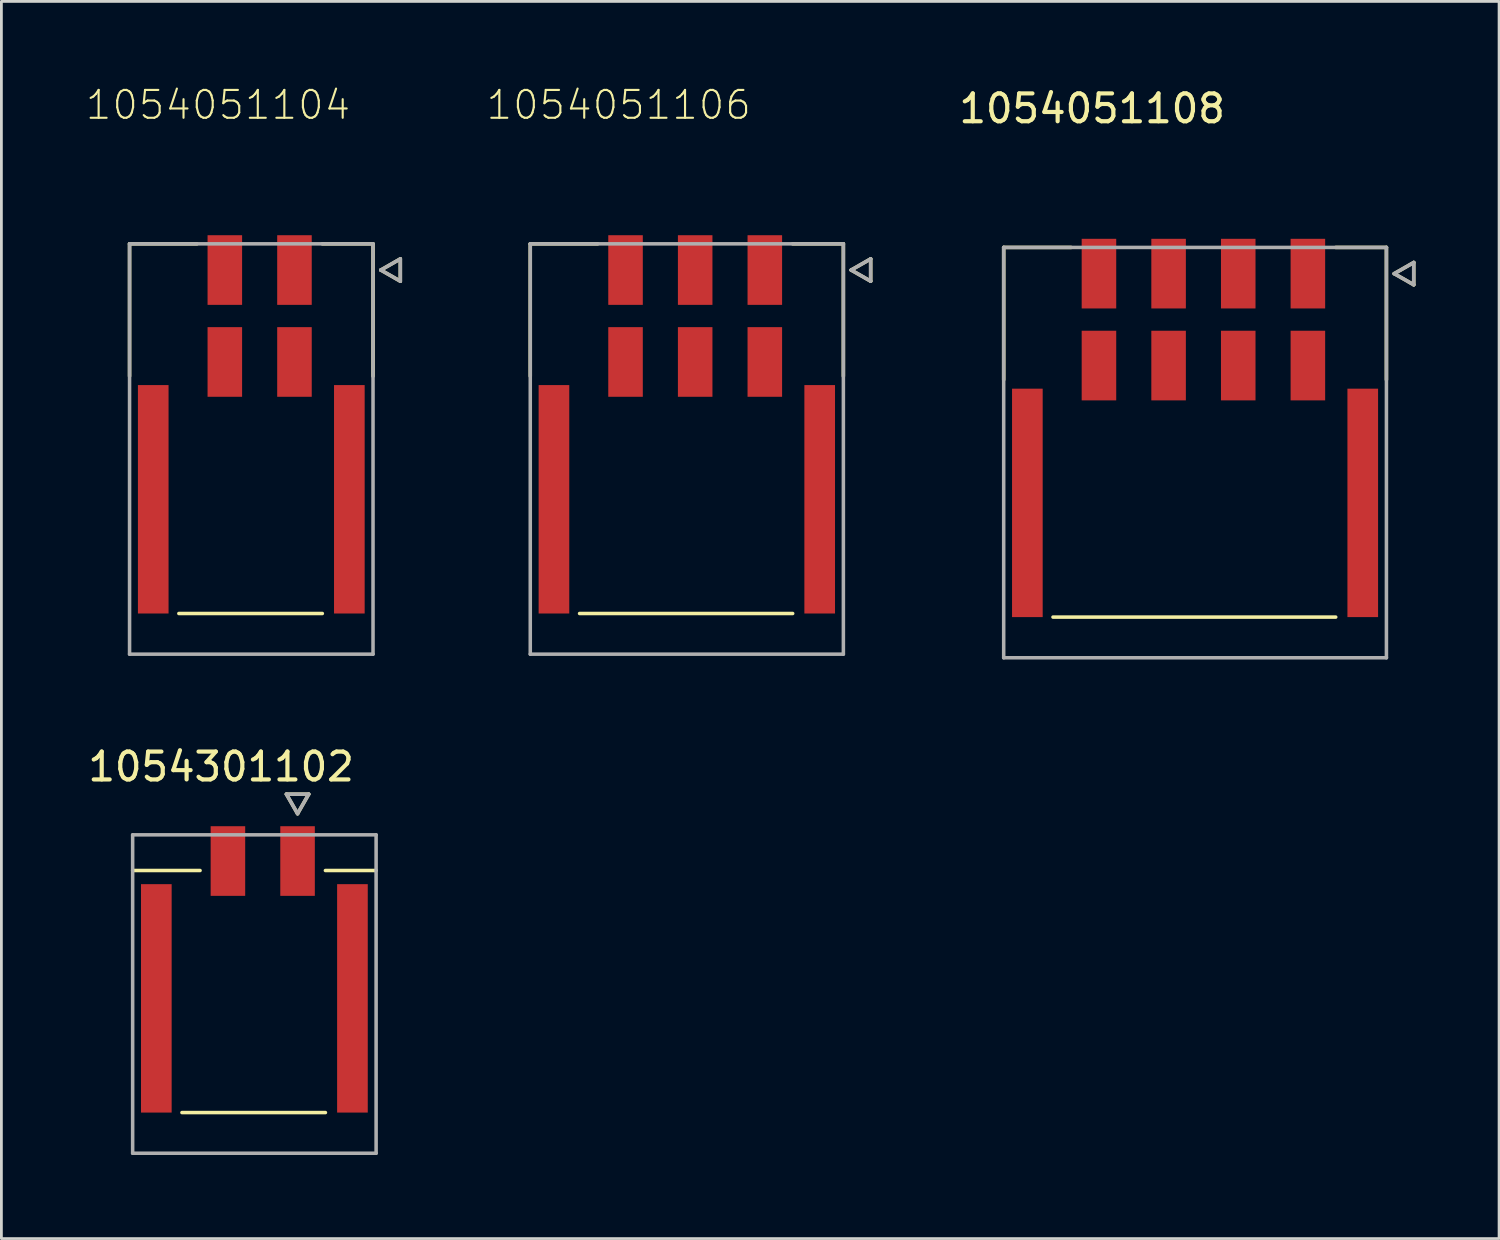
<source format=kicad_pcb>
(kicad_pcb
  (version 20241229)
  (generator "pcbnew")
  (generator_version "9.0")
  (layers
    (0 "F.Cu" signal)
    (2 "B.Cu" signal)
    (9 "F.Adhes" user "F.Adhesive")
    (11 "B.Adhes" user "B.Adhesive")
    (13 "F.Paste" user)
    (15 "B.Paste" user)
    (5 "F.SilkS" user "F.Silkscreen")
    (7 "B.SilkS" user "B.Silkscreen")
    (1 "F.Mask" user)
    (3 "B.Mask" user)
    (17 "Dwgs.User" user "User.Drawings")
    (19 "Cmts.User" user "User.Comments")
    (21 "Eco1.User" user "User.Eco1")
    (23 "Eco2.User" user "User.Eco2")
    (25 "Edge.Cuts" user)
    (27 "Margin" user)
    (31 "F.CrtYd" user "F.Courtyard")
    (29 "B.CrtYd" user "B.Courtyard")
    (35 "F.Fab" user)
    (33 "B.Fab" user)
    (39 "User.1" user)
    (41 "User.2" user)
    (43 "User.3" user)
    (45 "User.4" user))
  (footprint "1054051106"
    (layer "F.Cu")
    (at 21.606 13.069)
    (property "Reference" "1054051106" (at -2.445 -12.35 0) (layer "F.SilkS") (effects (font (size 1 1) (thickness 0.076))))
    (attr smd)
    (fp_poly (pts (xy -5.396 -2.371) (xy -4.144 -2.371) (xy -4.144 5.981) (xy -5.396 5.981)) (stroke (width 0.01) (type solid)) (fill yes) (layer "F.Mask"))
    (fp_poly (pts (xy -2.896 -7.751) (xy -1.504 -7.751) (xy -1.504 -5.099) (xy -2.896 -5.099)) (stroke (width 0.01) (type solid)) (fill yes) (layer "F.Mask"))
    (fp_poly (pts (xy -2.896 -4.451) (xy -1.504 -4.451) (xy -1.504 -1.799) (xy -2.896 -1.799)) (stroke (width 0.01) (type solid)) (fill yes) (layer "F.Mask"))
    (fp_poly (pts (xy -0.396 -7.751) (xy 0.996 -7.751) (xy 0.996 -5.099) (xy -0.396 -5.099)) (stroke (width 0.01) (type solid)) (fill yes) (layer "F.Mask"))
    (fp_poly (pts (xy -0.396 -4.451) (xy 0.996 -4.451) (xy 0.996 -1.799) (xy -0.396 -1.799)) (stroke (width 0.01) (type solid)) (fill yes) (layer "F.Mask"))
    (fp_poly (pts (xy 2.104 -7.751) (xy 3.496 -7.751) (xy 3.496 -5.099) (xy 2.104 -5.099)) (stroke (width 0.01) (type solid)) (fill yes) (layer "F.Mask"))
    (fp_poly (pts (xy 2.104 -4.451) (xy 3.496 -4.451) (xy 3.496 -1.799) (xy 2.104 -1.799)) (stroke (width 0.01) (type solid)) (fill yes) (layer "F.Mask"))
    (fp_poly (pts (xy 4.144 -2.371) (xy 5.396 -2.371) (xy 5.396 5.981) (xy 4.144 5.981)) (stroke (width 0.01) (type solid)) (fill yes) (layer "F.Mask"))
    (fp_line (start -5.62 -7.365) (end -5.62 -2.615) (stroke (width 0.127) (type solid)) (layer "F.SilkS"))
    (fp_line (start -5.62 -7.365) (end -3.2 -7.365) (stroke (width 0.127) (type solid)) (layer "F.SilkS"))
    (fp_line (start 3.8 -7.365) (end 5.62 -7.365) (stroke (width 0.127) (type solid)) (layer "F.SilkS"))
    (fp_line (start 3.8 5.905) (end -3.85 5.905) (stroke (width 0.127) (type solid)) (layer "F.SilkS"))
    (fp_line (start 5.62 -7.365) (end 5.62 -2.615) (stroke (width 0.127) (type solid)) (layer "F.SilkS"))
    (fp_line (start 5.9 -6.425) (end 6.6 -6.025) (stroke (width 0.127) (type solid)) (layer "F.SilkS"))
    (fp_line (start 6.6 -6.825) (end 5.9 -6.425) (stroke (width 0.127) (type solid)) (layer "F.SilkS"))
    (fp_line (start 6.6 -6.025) (end 6.6 -6.825) (stroke (width 0.127) (type solid)) (layer "F.SilkS"))
    (fp_line (start -5.62 -7.365) (end 5.62 -7.365) (stroke (width 0.127) (type solid)) (layer "F.Fab"))
    (fp_line (start -5.62 7.365) (end -5.62 -7.365) (stroke (width 0.127) (type solid)) (layer "F.Fab"))
    (fp_line (start 5.62 -7.365) (end 5.62 7.365) (stroke (width 0.127) (type solid)) (layer "F.Fab"))
    (fp_line (start 5.62 7.365) (end -5.62 7.365) (stroke (width 0.127) (type solid)) (layer "F.Fab"))
    (fp_line (start 5.9 -6.425) (end 6.6 -6.025) (stroke (width 0.127) (type solid)) (layer "F.Fab"))
    (fp_line (start 6.6 -6.825) (end 5.9 -6.425) (stroke (width 0.127) (type solid)) (layer "F.Fab"))
    (fp_line (start 6.6 -6.025) (end 6.6 -6.825) (stroke (width 0.127) (type solid)) (layer "F.Fab"))
    (pad "1" smd rect (at 2.8 -6.425) (size 1.24 2.5) (layers "F.Cu" "F.Paste"))
    (pad "2" smd rect (at 0.3 -6.425) (size 1.24 2.5) (layers "F.Cu" "F.Paste"))
    (pad "3" smd rect (at -2.2 -6.425) (size 1.24 2.5) (layers "F.Cu" "F.Paste"))
    (pad "4" smd rect (at 2.8 -3.125) (size 1.24 2.5) (layers "F.Cu" "F.Paste"))
    (pad "5" smd rect (at 0.3 -3.125) (size 1.24 2.5) (layers "F.Cu" "F.Paste"))
    (pad "6" smd rect (at -2.2 -3.125) (size 1.24 2.5) (layers "F.Cu" "F.Paste"))
    (pad "S1" smd rect (at -4.77 1.805) (size 1.1 8.2) (layers "F.Cu" "F.Paste"))
    (pad "S2" smd rect (at 4.77 1.805) (size 1.1 8.2) (layers "F.Cu" "F.Paste")))
  (footprint "1054051104"
    (layer "F.Cu")
    (at 5.971 13.069)
    (property "Reference" "1054051104" (at -1.195 -12.35 0) (layer "F.SilkS") (effects (font (size 1 1) (thickness 0.076))))
    (attr smd)
    (fp_poly (pts (xy -4.146 -2.371) (xy -2.894 -2.371) (xy -2.894 5.981) (xy -4.146 5.981)) (stroke (width 0.01) (type solid)) (fill yes) (layer "F.Mask"))
    (fp_poly (pts (xy -1.646 -7.751) (xy -0.254 -7.751) (xy -0.254 -5.099) (xy -1.646 -5.099)) (stroke (width 0.01) (type solid)) (fill yes) (layer "F.Mask"))
    (fp_poly (pts (xy -1.646 -4.451) (xy -0.254 -4.451) (xy -0.254 -1.799) (xy -1.646 -1.799)) (stroke (width 0.01) (type solid)) (fill yes) (layer "F.Mask"))
    (fp_poly (pts (xy 0.854 -7.751) (xy 2.246 -7.751) (xy 2.246 -5.099) (xy 0.854 -5.099)) (stroke (width 0.01) (type solid)) (fill yes) (layer "F.Mask"))
    (fp_poly (pts (xy 0.854 -4.451) (xy 2.246 -4.451) (xy 2.246 -1.799) (xy 0.854 -1.799)) (stroke (width 0.01) (type solid)) (fill yes) (layer "F.Mask"))
    (fp_poly (pts (xy 2.894 -2.371) (xy 4.146 -2.371) (xy 4.146 5.981) (xy 2.894 5.981)) (stroke (width 0.01) (type solid)) (fill yes) (layer "F.Mask"))
    (fp_line (start -4.37 -7.365) (end -4.37 -2.615) (stroke (width 0.127) (type solid)) (layer "F.SilkS"))
    (fp_line (start -4.37 -7.365) (end -1.95 -7.365) (stroke (width 0.127) (type solid)) (layer "F.SilkS"))
    (fp_line (start 2.55 -7.365) (end 4.37 -7.365) (stroke (width 0.127) (type solid)) (layer "F.SilkS"))
    (fp_line (start 2.55 5.905) (end -2.6 5.905) (stroke (width 0.127) (type solid)) (layer "F.SilkS"))
    (fp_line (start 4.37 -7.365) (end 4.37 -2.615) (stroke (width 0.127) (type solid)) (layer "F.SilkS"))
    (fp_line (start 4.65 -6.425) (end 5.35 -6.025) (stroke (width 0.127) (type solid)) (layer "F.SilkS"))
    (fp_line (start 5.35 -6.825) (end 4.65 -6.425) (stroke (width 0.127) (type solid)) (layer "F.SilkS"))
    (fp_line (start 5.35 -6.025) (end 5.35 -6.825) (stroke (width 0.127) (type solid)) (layer "F.SilkS"))
    (fp_line (start -4.37 -7.365) (end 4.37 -7.365) (stroke (width 0.127) (type solid)) (layer "F.Fab"))
    (fp_line (start -4.37 7.365) (end -4.37 -7.365) (stroke (width 0.127) (type solid)) (layer "F.Fab"))
    (fp_line (start 4.37 -7.365) (end 4.37 7.365) (stroke (width 0.127) (type solid)) (layer "F.Fab"))
    (fp_line (start 4.37 7.365) (end -4.37 7.365) (stroke (width 0.127) (type solid)) (layer "F.Fab"))
    (fp_line (start 4.65 -6.425) (end 5.35 -6.025) (stroke (width 0.127) (type solid)) (layer "F.Fab"))
    (fp_line (start 5.35 -6.825) (end 4.65 -6.425) (stroke (width 0.127) (type solid)) (layer "F.Fab"))
    (fp_line (start 5.35 -6.025) (end 5.35 -6.825) (stroke (width 0.127) (type solid)) (layer "F.Fab"))
    (pad "1" smd rect (at 1.55 -6.425) (size 1.24 2.5) (layers "F.Cu" "F.Paste"))
    (pad "2" smd rect (at -0.95 -6.425) (size 1.24 2.5) (layers "F.Cu" "F.Paste"))
    (pad "3" smd rect (at 1.55 -3.125) (size 1.24 2.5) (layers "F.Cu" "F.Paste"))
    (pad "4" smd rect (at -0.95 -3.125) (size 1.24 2.5) (layers "F.Cu" "F.Paste"))
    (pad "S1" smd rect (at -3.52 1.805) (size 1.1 8.2) (layers "F.Cu" "F.Paste"))
    (pad "S2" smd rect (at 3.52 1.805) (size 1.1 8.2) (layers "F.Cu" "F.Paste")))
  (footprint "1054301102"
    (layer "F.Cu")
    (at 6.082 32.635)
    (property "Reference" "1054301102" (at -1.195 -8.16 0) (layer "F.SilkS") (effects (font (size 1 1) (thickness 0.15))))
    (attr smd)
    (fp_poly (pts (xy -4.146 -4.021) (xy -2.894 -4.021) (xy -2.894 4.331) (xy -4.146 4.331)) (stroke (width 0.01) (type solid)) (fill yes) (layer "F.Mask"))
    (fp_poly (pts (xy -1.646 -6.101) (xy -0.254 -6.101) (xy -0.254 -3.449) (xy -1.646 -3.449)) (stroke (width 0.01) (type solid)) (fill yes) (layer "F.Mask"))
    (fp_poly (pts (xy 0.854 -6.101) (xy 2.246 -6.101) (xy 2.246 -3.449) (xy 0.854 -3.449)) (stroke (width 0.01) (type solid)) (fill yes) (layer "F.Mask"))
    (fp_poly (pts (xy 2.894 -4.021) (xy 4.146 -4.021) (xy 4.146 4.331) (xy 2.894 4.331)) (stroke (width 0.01) (type solid)) (fill yes) (layer "F.Mask"))
    (fp_line (start -4.37 -4.435) (end -1.95 -4.435) (stroke (width 0.127) (type solid)) (layer "F.SilkS"))
    (fp_line (start 1.15 -7.175) (end 1.55 -6.475) (stroke (width 0.127) (type solid)) (layer "F.SilkS"))
    (fp_line (start 1.55 -6.475) (end 1.95 -7.175) (stroke (width 0.127) (type solid)) (layer "F.SilkS"))
    (fp_line (start 1.95 -7.175) (end 1.15 -7.175) (stroke (width 0.127) (type solid)) (layer "F.SilkS"))
    (fp_line (start 2.55 -4.435) (end 4.37 -4.435) (stroke (width 0.127) (type solid)) (layer "F.SilkS"))
    (fp_line (start 2.55 4.255) (end -2.6 4.255) (stroke (width 0.127) (type solid)) (layer "F.SilkS"))
    (fp_line (start -4.37 -5.715) (end 4.37 -5.715) (stroke (width 0.127) (type solid)) (layer "F.Fab"))
    (fp_line (start -4.37 5.715) (end -4.37 -5.715) (stroke (width 0.127) (type solid)) (layer "F.Fab"))
    (fp_line (start 1.15 -7.175) (end 1.55 -6.475) (stroke (width 0.127) (type solid)) (layer "F.Fab"))
    (fp_line (start 1.55 -6.475) (end 1.95 -7.175) (stroke (width 0.127) (type solid)) (layer "F.Fab"))
    (fp_line (start 1.95 -7.175) (end 1.15 -7.175) (stroke (width 0.127) (type solid)) (layer "F.Fab"))
    (fp_line (start 4.37 -5.715) (end 4.37 5.715) (stroke (width 0.127) (type solid)) (layer "F.Fab"))
    (fp_line (start 4.37 5.715) (end -4.37 5.715) (stroke (width 0.127) (type solid)) (layer "F.Fab"))
    (pad "1" smd rect (at 1.55 -4.775) (size 1.24 2.5) (layers "F.Cu" "F.Paste"))
    (pad "2" smd rect (at -0.95 -4.775) (size 1.24 2.5) (layers "F.Cu" "F.Paste"))
    (pad "S1" smd rect (at -3.52 0.155) (size 1.1 8.2) (layers "F.Cu" "F.Paste"))
    (pad "S2" smd rect (at 3.52 0.155) (size 1.1 8.2) (layers "F.Cu" "F.Paste")))
  (footprint "1054051108"
    (layer "F.Cu")
    (at 39.851 13.198)
    (property "Reference" "1054051108" (at -3.695 -12.35 0) (layer "F.SilkS") (effects (font (size 1 1) (thickness 0.15))))
    (attr smd)
    (fp_poly (pts (xy -6.646 -2.371) (xy -5.394 -2.371) (xy -5.394 5.981) (xy -6.646 5.981)) (stroke (width 0.01) (type solid)) (fill yes) (layer "F.Mask"))
    (fp_poly (pts (xy -4.146 -7.751) (xy -2.754 -7.751) (xy -2.754 -5.099) (xy -4.146 -5.099)) (stroke (width 0.01) (type solid)) (fill yes) (layer "F.Mask"))
    (fp_poly (pts (xy -4.146 -4.451) (xy -2.754 -4.451) (xy -2.754 -1.799) (xy -4.146 -1.799)) (stroke (width 0.01) (type solid)) (fill yes) (layer "F.Mask"))
    (fp_poly (pts (xy -1.646 -7.751) (xy -0.254 -7.751) (xy -0.254 -5.099) (xy -1.646 -5.099)) (stroke (width 0.01) (type solid)) (fill yes) (layer "F.Mask"))
    (fp_poly (pts (xy -1.646 -4.451) (xy -0.254 -4.451) (xy -0.254 -1.799) (xy -1.646 -1.799)) (stroke (width 0.01) (type solid)) (fill yes) (layer "F.Mask"))
    (fp_poly (pts (xy 0.854 -7.751) (xy 2.246 -7.751) (xy 2.246 -5.099) (xy 0.854 -5.099)) (stroke (width 0.01) (type solid)) (fill yes) (layer "F.Mask"))
    (fp_poly (pts (xy 0.854 -4.451) (xy 2.246 -4.451) (xy 2.246 -1.799) (xy 0.854 -1.799)) (stroke (width 0.01) (type solid)) (fill yes) (layer "F.Mask"))
    (fp_poly (pts (xy 3.354 -7.751) (xy 4.746 -7.751) (xy 4.746 -5.099) (xy 3.354 -5.099)) (stroke (width 0.01) (type solid)) (fill yes) (layer "F.Mask"))
    (fp_poly (pts (xy 3.354 -4.451) (xy 4.746 -4.451) (xy 4.746 -1.799) (xy 3.354 -1.799)) (stroke (width 0.01) (type solid)) (fill yes) (layer "F.Mask"))
    (fp_poly (pts (xy 5.394 -2.371) (xy 6.646 -2.371) (xy 6.646 5.981) (xy 5.394 5.981)) (stroke (width 0.01) (type solid)) (fill yes) (layer "F.Mask"))
    (fp_line (start -6.87 -7.365) (end -6.87 -2.615) (stroke (width 0.127) (type solid)) (layer "F.SilkS"))
    (fp_line (start -6.87 -7.365) (end -4.45 -7.365) (stroke (width 0.127) (type solid)) (layer "F.SilkS"))
    (fp_line (start 5.05 -7.365) (end 6.87 -7.365) (stroke (width 0.127) (type solid)) (layer "F.SilkS"))
    (fp_line (start 5.05 5.905) (end -5.1 5.905) (stroke (width 0.127) (type solid)) (layer "F.SilkS"))
    (fp_line (start 6.87 -7.365) (end 6.87 -2.615) (stroke (width 0.127) (type solid)) (layer "F.SilkS"))
    (fp_line (start 7.15 -6.425) (end 7.85 -6.025) (stroke (width 0.127) (type solid)) (layer "F.SilkS"))
    (fp_line (start 7.85 -6.825) (end 7.15 -6.425) (stroke (width 0.127) (type solid)) (layer "F.SilkS"))
    (fp_line (start 7.85 -6.025) (end 7.85 -6.825) (stroke (width 0.127) (type solid)) (layer "F.SilkS"))
    (fp_line (start -6.87 -7.365) (end 6.87 -7.365) (stroke (width 0.127) (type solid)) (layer "F.Fab"))
    (fp_line (start -6.87 7.365) (end -6.87 -7.365) (stroke (width 0.127) (type solid)) (layer "F.Fab"))
    (fp_line (start 6.87 -7.365) (end 6.87 7.365) (stroke (width 0.127) (type solid)) (layer "F.Fab"))
    (fp_line (start 6.87 7.365) (end -6.87 7.365) (stroke (width 0.127) (type solid)) (layer "F.Fab"))
    (fp_line (start 7.15 -6.425) (end 7.85 -6.025) (stroke (width 0.127) (type solid)) (layer "F.Fab"))
    (fp_line (start 7.85 -6.825) (end 7.15 -6.425) (stroke (width 0.127) (type solid)) (layer "F.Fab"))
    (fp_line (start 7.85 -6.025) (end 7.85 -6.825) (stroke (width 0.127) (type solid)) (layer "F.Fab"))
    (pad "1" smd rect (at 4.05 -6.425) (size 1.24 2.5) (layers "F.Cu" "F.Paste"))
    (pad "2" smd rect (at 1.55 -6.425) (size 1.24 2.5) (layers "F.Cu" "F.Paste"))
    (pad "3" smd rect (at -0.95 -6.425) (size 1.24 2.5) (layers "F.Cu" "F.Paste"))
    (pad "4" smd rect (at -3.45 -6.425) (size 1.24 2.5) (layers "F.Cu" "F.Paste"))
    (pad "5" smd rect (at 4.05 -3.125) (size 1.24 2.5) (layers "F.Cu" "F.Paste"))
    (pad "6" smd rect (at 1.55 -3.125) (size 1.24 2.5) (layers "F.Cu" "F.Paste"))
    (pad "7" smd rect (at -0.95 -3.125) (size 1.24 2.5) (layers "F.Cu" "F.Paste"))
    (pad "8" smd rect (at -3.45 -3.125) (size 1.24 2.5) (layers "F.Cu" "F.Paste"))
    (pad "S1" smd rect (at -6.02 1.805) (size 1.1 8.2) (layers "F.Cu" "F.Paste"))
    (pad "S2" smd rect (at 6.02 1.805) (size 1.1 8.2) (layers "F.Cu" "F.Paste")))
  (gr_rect
    (start -3 -3)
    (end 50.765 41.413)
    (stroke (width 0.1) (type default))
    (fill no)
    (layer "Edge.Cuts")))
</source>
